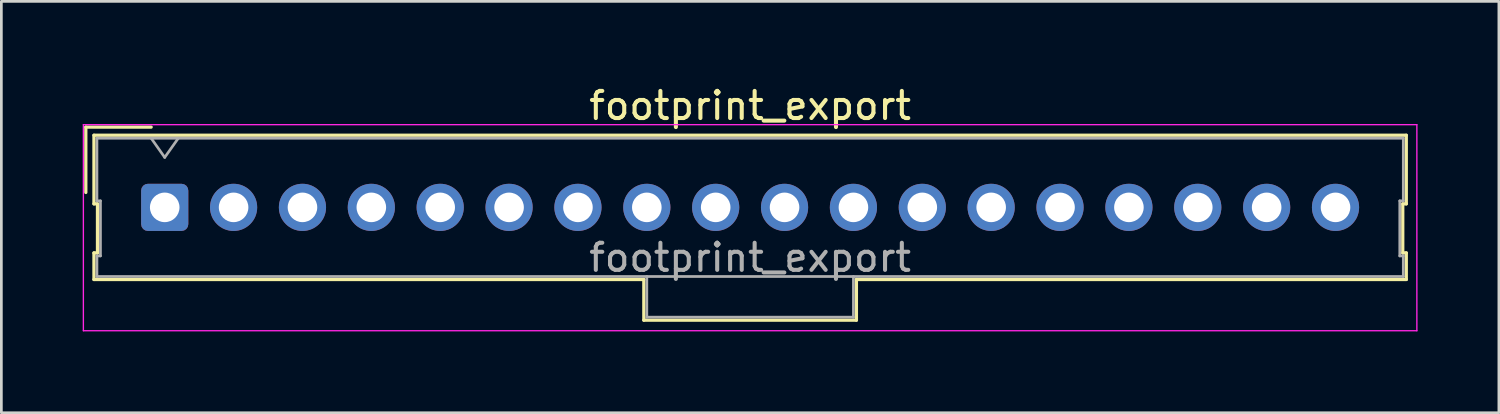
<source format=kicad_pcb>
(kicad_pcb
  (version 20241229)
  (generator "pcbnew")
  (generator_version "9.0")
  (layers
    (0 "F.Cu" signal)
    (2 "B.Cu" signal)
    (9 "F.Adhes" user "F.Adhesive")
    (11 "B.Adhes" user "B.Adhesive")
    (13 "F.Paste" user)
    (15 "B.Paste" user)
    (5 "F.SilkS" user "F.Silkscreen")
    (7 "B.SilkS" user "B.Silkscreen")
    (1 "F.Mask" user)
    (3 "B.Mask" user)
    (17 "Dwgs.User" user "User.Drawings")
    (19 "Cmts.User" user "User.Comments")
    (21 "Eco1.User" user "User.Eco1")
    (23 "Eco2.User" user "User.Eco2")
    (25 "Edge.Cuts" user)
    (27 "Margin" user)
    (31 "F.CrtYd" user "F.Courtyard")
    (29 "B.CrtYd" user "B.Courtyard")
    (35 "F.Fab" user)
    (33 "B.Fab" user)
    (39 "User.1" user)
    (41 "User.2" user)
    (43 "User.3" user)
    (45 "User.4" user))
  (footprint "footprint_export"
    (layer "F.Cu")
    (at 3.025 4.598)
    (property "Reference" "footprint_export" (at 21.59 -3.75 0) (layer "F.SilkS") (effects (font (size 1 1) (thickness 0.15))))
    (attr through_hole)
    (fp_line (start -2.91 -2.96) (end -0.5 -2.96) (stroke (width 0.12) (type solid)) (layer "F.SilkS"))
    (fp_line (start -2.91 -0.55) (end -2.91 -2.96) (stroke (width 0.12) (type solid)) (layer "F.SilkS"))
    (fp_line (start -2.61 -2.66) (end -2.61 -0.13) (stroke (width 0.12) (type solid)) (layer "F.SilkS"))
    (fp_line (start -2.61 -0.13) (end -2.48 -0.13) (stroke (width 0.12) (type solid)) (layer "F.SilkS"))
    (fp_line (start -2.61 1.68) (end -2.61 2.66) (stroke (width 0.12) (type solid)) (layer "F.SilkS"))
    (fp_line (start -2.61 2.66) (end 17.67 2.66) (stroke (width 0.12) (type solid)) (layer "F.SilkS"))
    (fp_line (start -2.48 -0.13) (end -2.48 1.68) (stroke (width 0.12) (type solid)) (layer "F.SilkS"))
    (fp_line (start -2.48 1.68) (end -2.61 1.68) (stroke (width 0.12) (type solid)) (layer "F.SilkS"))
    (fp_line (start 17.67 2.66) (end 17.67 4.16) (stroke (width 0.12) (type solid)) (layer "F.SilkS"))
    (fp_line (start 17.67 4.16) (end 25.51 4.16) (stroke (width 0.12) (type solid)) (layer "F.SilkS"))
    (fp_line (start 25.51 2.66) (end 45.79 2.66) (stroke (width 0.12) (type solid)) (layer "F.SilkS"))
    (fp_line (start 25.51 4.16) (end 25.51 2.66) (stroke (width 0.12) (type solid)) (layer "F.SilkS"))
    (fp_line (start 45.66 -0.13) (end 45.79 -0.13) (stroke (width 0.12) (type solid)) (layer "F.SilkS"))
    (fp_line (start 45.66 1.68) (end 45.66 -0.13) (stroke (width 0.12) (type solid)) (layer "F.SilkS"))
    (fp_line (start 45.79 -2.66) (end -2.61 -2.66) (stroke (width 0.12) (type solid)) (layer "F.SilkS"))
    (fp_line (start 45.79 -0.13) (end 45.79 -2.66) (stroke (width 0.12) (type solid)) (layer "F.SilkS"))
    (fp_line (start 45.79 1.68) (end 45.66 1.68) (stroke (width 0.12) (type solid)) (layer "F.SilkS"))
    (fp_line (start 45.79 2.66) (end 45.79 1.68) (stroke (width 0.12) (type solid)) (layer "F.SilkS"))
    (fp_line (start -3 -3.05) (end -3 4.55) (stroke (width 0.05) (type solid)) (layer "F.CrtYd"))
    (fp_line (start -3 4.55) (end 46.18 4.55) (stroke (width 0.05) (type solid)) (layer "F.CrtYd"))
    (fp_line (start 46.18 -3.05) (end -3 -3.05) (stroke (width 0.05) (type solid)) (layer "F.CrtYd"))
    (fp_line (start 46.18 4.55) (end 46.18 -3.05) (stroke (width 0.05) (type solid)) (layer "F.CrtYd"))
    (fp_line (start -2.5 -2.55) (end -2.5 -0.24) (stroke (width 0.1) (type solid)) (layer "F.Fab"))
    (fp_line (start -2.5 -0.24) (end -2.37 -0.24) (stroke (width 0.1) (type solid)) (layer "F.Fab"))
    (fp_line (start -2.5 1.79) (end -2.5 2.55) (stroke (width 0.1) (type solid)) (layer "F.Fab"))
    (fp_line (start -2.5 2.55) (end 45.68 2.55) (stroke (width 0.1) (type solid)) (layer "F.Fab"))
    (fp_line (start -2.37 -0.24) (end -2.37 1.79) (stroke (width 0.1) (type solid)) (layer "F.Fab"))
    (fp_line (start -2.37 1.79) (end -2.5 1.79) (stroke (width 0.1) (type solid)) (layer "F.Fab"))
    (fp_line (start 0 -1.843) (end -0.5 -2.55) (stroke (width 0.1) (type solid)) (layer "F.Fab"))
    (fp_line (start 0.5 -2.55) (end 0 -1.843) (stroke (width 0.1) (type solid)) (layer "F.Fab"))
    (fp_line (start 17.78 2.55) (end 17.78 4.05) (stroke (width 0.1) (type solid)) (layer "F.Fab"))
    (fp_line (start 17.78 4.05) (end 25.4 4.05) (stroke (width 0.1) (type solid)) (layer "F.Fab"))
    (fp_line (start 25.4 4.05) (end 25.4 2.55) (stroke (width 0.1) (type solid)) (layer "F.Fab"))
    (fp_line (start 45.55 -0.24) (end 45.68 -0.24) (stroke (width 0.1) (type solid)) (layer "F.Fab"))
    (fp_line (start 45.55 1.79) (end 45.55 -0.24) (stroke (width 0.1) (type solid)) (layer "F.Fab"))
    (fp_line (start 45.68 -2.55) (end -2.5 -2.55) (stroke (width 0.1) (type solid)) (layer "F.Fab"))
    (fp_line (start 45.68 -0.24) (end 45.68 -2.55) (stroke (width 0.1) (type solid)) (layer "F.Fab"))
    (fp_line (start 45.68 1.79) (end 45.55 1.79) (stroke (width 0.1) (type solid)) (layer "F.Fab"))
    (fp_line (start 45.68 2.55) (end 45.68 1.79) (stroke (width 0.1) (type solid)) (layer "F.Fab"))
    (fp_text user "${REFERENCE}" (at 21.59 1.85 0) (layer "F.Fab") (effects (font (size 1 1) (thickness 0.15))))
    (pad "1" thru_hole roundrect (at 0 0) (size 1.74 1.74) (drill 1.09) (layers "*.Cu" "*.Mask") (roundrect_rratio 0.144))
    (pad "2" thru_hole circle (at 2.54 0) (size 1.74 1.74) (drill 1.09) (layers "*.Cu" "*.Mask"))
    (pad "3" thru_hole circle (at 5.08 0) (size 1.74 1.74) (drill 1.09) (layers "*.Cu" "*.Mask"))
    (pad "4" thru_hole circle (at 7.62 0) (size 1.74 1.74) (drill 1.09) (layers "*.Cu" "*.Mask"))
    (pad "5" thru_hole circle (at 10.16 0) (size 1.74 1.74) (drill 1.09) (layers "*.Cu" "*.Mask"))
    (pad "6" thru_hole circle (at 12.7 0) (size 1.74 1.74) (drill 1.09) (layers "*.Cu" "*.Mask"))
    (pad "7" thru_hole circle (at 15.24 0) (size 1.74 1.74) (drill 1.09) (layers "*.Cu" "*.Mask"))
    (pad "8" thru_hole circle (at 17.78 0) (size 1.74 1.74) (drill 1.09) (layers "*.Cu" "*.Mask"))
    (pad "9" thru_hole circle (at 20.32 0) (size 1.74 1.74) (drill 1.09) (layers "*.Cu" "*.Mask"))
    (pad "10" thru_hole circle (at 22.86 0) (size 1.74 1.74) (drill 1.09) (layers "*.Cu" "*.Mask"))
    (pad "11" thru_hole circle (at 25.4 0) (size 1.74 1.74) (drill 1.09) (layers "*.Cu" "*.Mask"))
    (pad "12" thru_hole circle (at 27.94 0) (size 1.74 1.74) (drill 1.09) (layers "*.Cu" "*.Mask"))
    (pad "13" thru_hole circle (at 30.48 0) (size 1.74 1.74) (drill 1.09) (layers "*.Cu" "*.Mask"))
    (pad "14" thru_hole circle (at 33.02 0) (size 1.74 1.74) (drill 1.09) (layers "*.Cu" "*.Mask"))
    (pad "15" thru_hole circle (at 35.56 0) (size 1.74 1.74) (drill 1.09) (layers "*.Cu" "*.Mask"))
    (pad "16" thru_hole circle (at 38.1 0) (size 1.74 1.74) (drill 1.09) (layers "*.Cu" "*.Mask"))
    (pad "17" thru_hole circle (at 40.64 0) (size 1.74 1.74) (drill 1.09) (layers "*.Cu" "*.Mask"))
    (pad "18" thru_hole circle (at 43.18 0) (size 1.74 1.74) (drill 1.09) (layers "*.Cu" "*.Mask")))
  (gr_rect
    (start -3 -3)
    (end 52.23 12.173)
    (stroke (width 0.1) (type default))
    (fill no)
    (layer "Edge.Cuts")))
</source>
